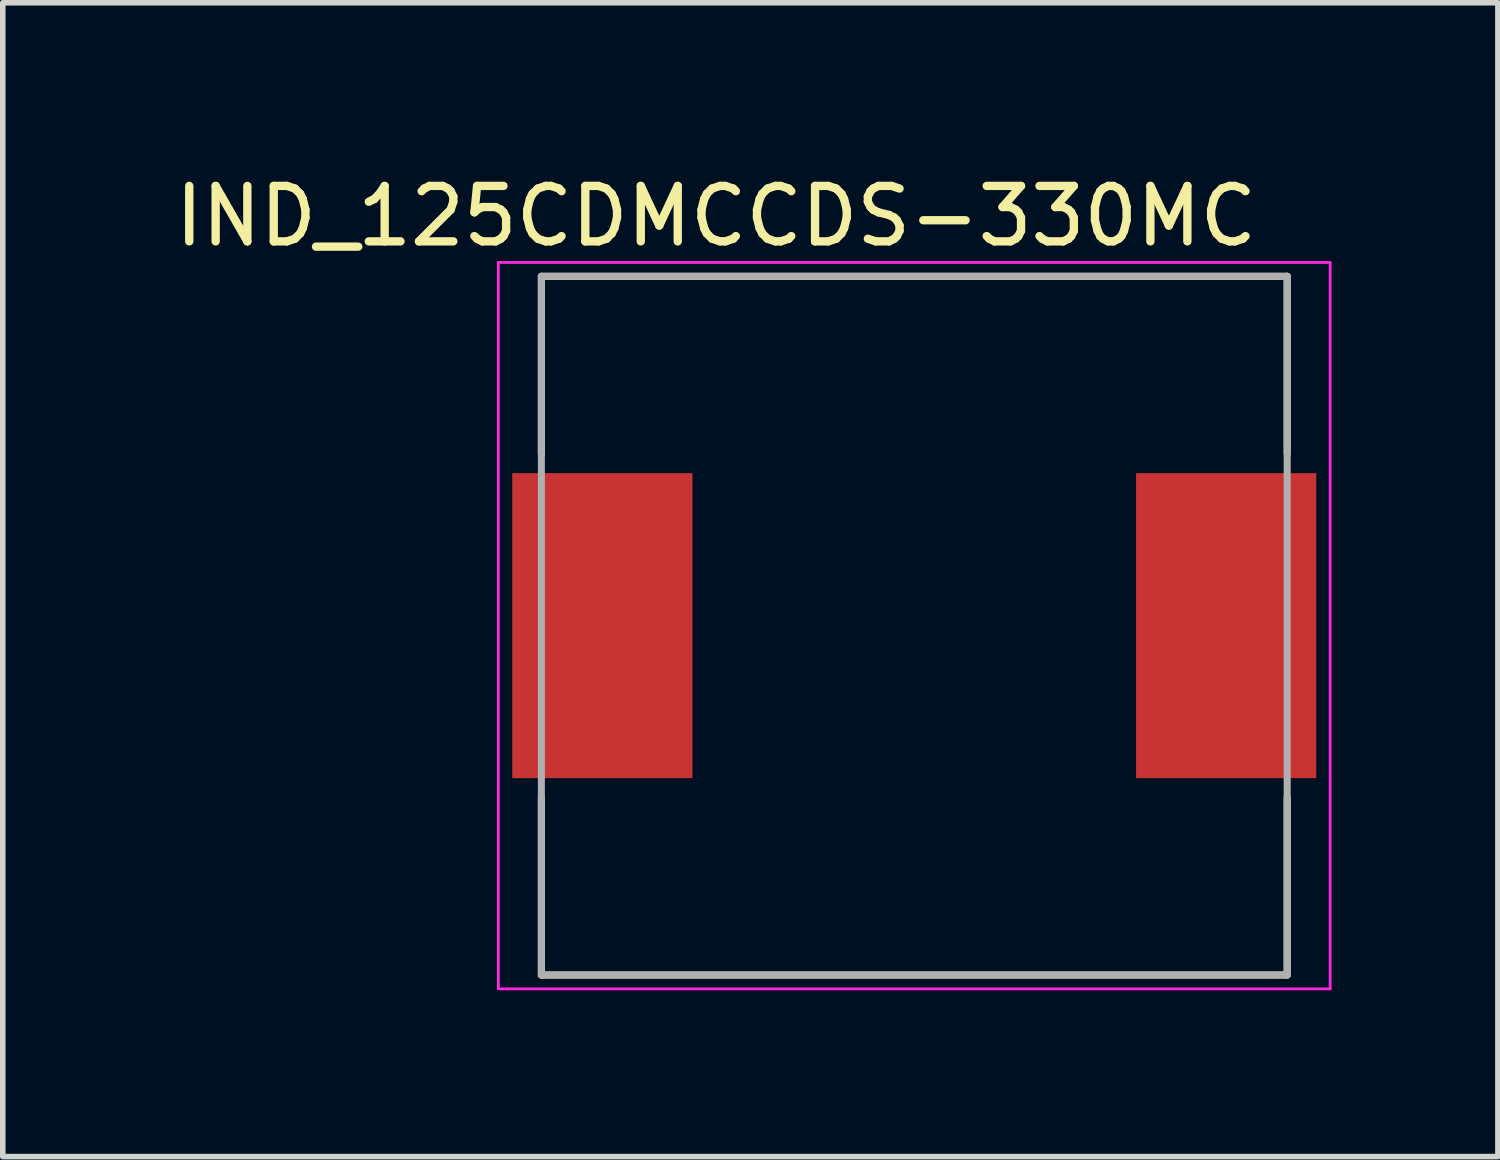
<source format=kicad_pcb>
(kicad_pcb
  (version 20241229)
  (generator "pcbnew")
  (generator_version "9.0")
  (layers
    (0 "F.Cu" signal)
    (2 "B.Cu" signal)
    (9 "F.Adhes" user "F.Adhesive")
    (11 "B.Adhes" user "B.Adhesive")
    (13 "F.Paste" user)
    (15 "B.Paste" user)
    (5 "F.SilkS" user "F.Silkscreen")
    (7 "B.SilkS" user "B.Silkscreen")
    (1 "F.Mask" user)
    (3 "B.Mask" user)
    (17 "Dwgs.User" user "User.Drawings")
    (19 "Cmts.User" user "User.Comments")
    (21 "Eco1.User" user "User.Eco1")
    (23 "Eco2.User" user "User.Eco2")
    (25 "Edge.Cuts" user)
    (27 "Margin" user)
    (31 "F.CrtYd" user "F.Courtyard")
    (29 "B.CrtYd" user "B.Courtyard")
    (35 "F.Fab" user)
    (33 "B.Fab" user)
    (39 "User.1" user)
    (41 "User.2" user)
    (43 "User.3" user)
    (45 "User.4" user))
  (footprint "IND_125CDMCCDS-330MC"
    (layer "F.Cu")
    (at 13.438 8.233)
    (property "Reference" "IND_125CDMCCDS-330MC" (at -3.575 -7.385 0) (layer "F.SilkS") (effects (font (size 1 1) (thickness 0.15))))
    (attr smd)
    (fp_line (start -6.725 -3.1) (end -6.725 -6.3) (stroke (width 0.127) (type solid)) (layer "F.SilkS"))
    (fp_line (start -6.725 3.1) (end -6.725 6.3) (stroke (width 0.127) (type solid)) (layer "F.SilkS"))
    (fp_line (start -6.725 6.3) (end 6.725 6.3) (stroke (width 0.127) (type solid)) (layer "F.SilkS"))
    (fp_line (start 6.725 -6.3) (end -6.725 -6.3) (stroke (width 0.127) (type solid)) (layer "F.SilkS"))
    (fp_line (start 6.725 -3.1) (end 6.725 -6.3) (stroke (width 0.127) (type solid)) (layer "F.SilkS"))
    (fp_line (start 6.725 3.1) (end 6.725 6.3) (stroke (width 0.127) (type solid)) (layer "F.SilkS"))
    (fp_line (start -7.5 -6.55) (end 7.5 -6.55) (stroke (width 0.05) (type solid)) (layer "F.CrtYd"))
    (fp_line (start -7.5 6.55) (end -7.5 -6.55) (stroke (width 0.05) (type solid)) (layer "F.CrtYd"))
    (fp_line (start -7.5 6.55) (end 7.5 6.55) (stroke (width 0.05) (type solid)) (layer "F.CrtYd"))
    (fp_line (start 7.5 6.55) (end 7.5 -6.55) (stroke (width 0.05) (type solid)) (layer "F.CrtYd"))
    (fp_line (start -6.725 6.3) (end -6.725 -6.3) (stroke (width 0.127) (type solid)) (layer "F.Fab"))
    (fp_line (start 6.725 -6.3) (end -6.725 -6.3) (stroke (width 0.127) (type solid)) (layer "F.Fab"))
    (fp_line (start 6.725 6.3) (end -6.725 6.3) (stroke (width 0.127) (type solid)) (layer "F.Fab"))
    (fp_line (start 6.725 6.3) (end 6.725 -6.3) (stroke (width 0.127) (type solid)) (layer "F.Fab"))
    (pad "1" smd rect (at -5.625 0) (size 3.25 5.5) (layers "F.Cu" "F.Mask" "F.Paste"))
    (pad "2" smd rect (at 5.625 0) (size 3.25 5.5) (layers "F.Cu" "F.Mask" "F.Paste")))
  (gr_rect
    (start -3 -3)
    (end 23.963 17.808)
    (stroke (width 0.1) (type default))
    (fill no)
    (layer "Edge.Cuts")))
</source>
